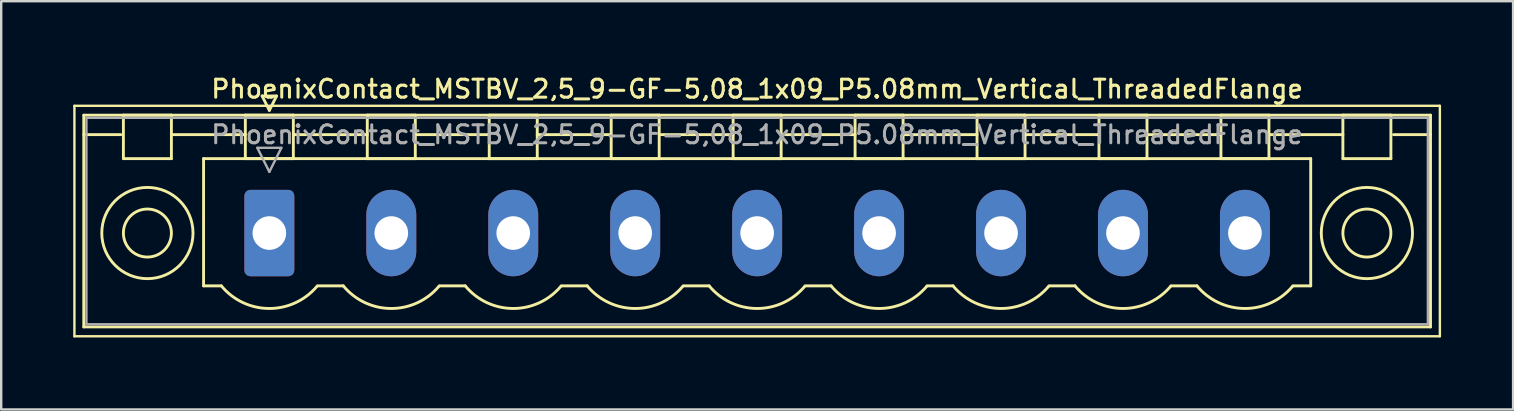
<source format=kicad_pcb>
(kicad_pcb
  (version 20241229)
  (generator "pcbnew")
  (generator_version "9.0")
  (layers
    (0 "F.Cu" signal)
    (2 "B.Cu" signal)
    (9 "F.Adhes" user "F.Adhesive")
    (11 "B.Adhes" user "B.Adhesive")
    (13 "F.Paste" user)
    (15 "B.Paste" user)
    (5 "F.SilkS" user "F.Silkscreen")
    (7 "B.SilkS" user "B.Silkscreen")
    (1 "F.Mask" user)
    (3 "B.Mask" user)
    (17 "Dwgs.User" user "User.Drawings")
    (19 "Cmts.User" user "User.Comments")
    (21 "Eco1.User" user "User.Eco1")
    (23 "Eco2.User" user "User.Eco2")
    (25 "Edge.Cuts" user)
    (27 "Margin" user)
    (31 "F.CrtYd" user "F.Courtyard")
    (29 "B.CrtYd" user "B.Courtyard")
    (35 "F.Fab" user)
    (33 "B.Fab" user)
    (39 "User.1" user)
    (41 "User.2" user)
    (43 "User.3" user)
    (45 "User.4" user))
  (footprint "PhoenixContact_MSTBV_2,5_9-GF-5,08_1x09_P5.08mm_Vertical_ThreadedFlange"
    (layer "F.Cu")
    (at 8.17 6.658)
    (property "Reference" "PhoenixContact_MSTBV_2,5_9-GF-5,08_1x09_P5.08mm_Vertical_ThreadedFlange" (at 20.32 -6 0) (layer "F.SilkS") (effects (font (size 0.75 0.75) (thickness 0.125))))
    (attr through_hole)
    (fp_line (start -8.12 -5.3) (end -8.12 4.3) (stroke (width 0.1) (type solid)) (layer "F.SilkS"))
    (fp_line (start -8.12 4.3) (end 48.76 4.3) (stroke (width 0.1) (type solid)) (layer "F.SilkS"))
    (fp_line (start -7.73 -4.91) (end -7.73 3.91) (stroke (width 0.12) (type solid)) (layer "F.SilkS"))
    (fp_line (start -7.73 -4.1) (end -6.19 -4.1) (stroke (width 0.12) (type solid)) (layer "F.SilkS"))
    (fp_line (start -7.73 3.91) (end 48.37 3.91) (stroke (width 0.12) (type solid)) (layer "F.SilkS"))
    (fp_line (start -6.08 -4.91) (end -4.08 -4.91) (stroke (width 0.12) (type solid)) (layer "F.SilkS"))
    (fp_line (start -6.08 -3.1) (end -6.08 -4.91) (stroke (width 0.12) (type solid)) (layer "F.SilkS"))
    (fp_line (start -4.08 -4.91) (end -4.08 -3.1) (stroke (width 0.12) (type solid)) (layer "F.SilkS"))
    (fp_line (start -4.08 -4.1) (end -1 -4.1) (stroke (width 0.12) (type solid)) (layer "F.SilkS"))
    (fp_line (start -4.08 -3.1) (end -6.08 -3.1) (stroke (width 0.12) (type solid)) (layer "F.SilkS"))
    (fp_line (start -2.74 -3.1) (end 43.38 -3.1) (stroke (width 0.12) (type solid)) (layer "F.SilkS"))
    (fp_line (start -2.74 2.2) (end -2.74 -3.1) (stroke (width 0.12) (type solid)) (layer "F.SilkS"))
    (fp_line (start -2 2.2) (end -2.74 2.2) (stroke (width 0.12) (type solid)) (layer "F.SilkS"))
    (fp_line (start -1 -4.91) (end 1 -4.91) (stroke (width 0.12) (type solid)) (layer "F.SilkS"))
    (fp_line (start -1 -3.1) (end -1 -4.91) (stroke (width 0.12) (type solid)) (layer "F.SilkS"))
    (fp_line (start -0.3 -5.71) (end 0.3 -5.71) (stroke (width 0.12) (type solid)) (layer "F.SilkS"))
    (fp_line (start 0 -5.11) (end -0.3 -5.71) (stroke (width 0.12) (type solid)) (layer "F.SilkS"))
    (fp_line (start 0.3 -5.71) (end 0 -5.11) (stroke (width 0.12) (type solid)) (layer "F.SilkS"))
    (fp_line (start 1 -4.91) (end 1 -3.1) (stroke (width 0.12) (type solid)) (layer "F.SilkS"))
    (fp_line (start 1 -4.1) (end 4.08 -4.1) (stroke (width 0.12) (type solid)) (layer "F.SilkS"))
    (fp_line (start 1 -3.1) (end -1 -3.1) (stroke (width 0.12) (type solid)) (layer "F.SilkS"))
    (fp_line (start 2 2.2) (end 3.08 2.2) (stroke (width 0.12) (type solid)) (layer "F.SilkS"))
    (fp_line (start 4.08 -4.91) (end 6.08 -4.91) (stroke (width 0.12) (type solid)) (layer "F.SilkS"))
    (fp_line (start 4.08 -3.1) (end 4.08 -4.91) (stroke (width 0.12) (type solid)) (layer "F.SilkS"))
    (fp_line (start 6.08 -4.91) (end 6.08 -3.1) (stroke (width 0.12) (type solid)) (layer "F.SilkS"))
    (fp_line (start 6.08 -4.1) (end 9.16 -4.1) (stroke (width 0.12) (type solid)) (layer "F.SilkS"))
    (fp_line (start 6.08 -3.1) (end 4.08 -3.1) (stroke (width 0.12) (type solid)) (layer "F.SilkS"))
    (fp_line (start 7.08 2.2) (end 8.16 2.2) (stroke (width 0.12) (type solid)) (layer "F.SilkS"))
    (fp_line (start 9.16 -4.91) (end 11.16 -4.91) (stroke (width 0.12) (type solid)) (layer "F.SilkS"))
    (fp_line (start 9.16 -3.1) (end 9.16 -4.91) (stroke (width 0.12) (type solid)) (layer "F.SilkS"))
    (fp_line (start 11.16 -4.91) (end 11.16 -3.1) (stroke (width 0.12) (type solid)) (layer "F.SilkS"))
    (fp_line (start 11.16 -4.1) (end 14.24 -4.1) (stroke (width 0.12) (type solid)) (layer "F.SilkS"))
    (fp_line (start 11.16 -3.1) (end 9.16 -3.1) (stroke (width 0.12) (type solid)) (layer "F.SilkS"))
    (fp_line (start 12.16 2.2) (end 13.24 2.2) (stroke (width 0.12) (type solid)) (layer "F.SilkS"))
    (fp_line (start 14.24 -4.91) (end 16.24 -4.91) (stroke (width 0.12) (type solid)) (layer "F.SilkS"))
    (fp_line (start 14.24 -3.1) (end 14.24 -4.91) (stroke (width 0.12) (type solid)) (layer "F.SilkS"))
    (fp_line (start 16.24 -4.91) (end 16.24 -3.1) (stroke (width 0.12) (type solid)) (layer "F.SilkS"))
    (fp_line (start 16.24 -4.1) (end 19.32 -4.1) (stroke (width 0.12) (type solid)) (layer "F.SilkS"))
    (fp_line (start 16.24 -3.1) (end 14.24 -3.1) (stroke (width 0.12) (type solid)) (layer "F.SilkS"))
    (fp_line (start 17.24 2.2) (end 18.32 2.2) (stroke (width 0.12) (type solid)) (layer "F.SilkS"))
    (fp_line (start 19.32 -4.91) (end 21.32 -4.91) (stroke (width 0.12) (type solid)) (layer "F.SilkS"))
    (fp_line (start 19.32 -3.1) (end 19.32 -4.91) (stroke (width 0.12) (type solid)) (layer "F.SilkS"))
    (fp_line (start 21.32 -4.91) (end 21.32 -3.1) (stroke (width 0.12) (type solid)) (layer "F.SilkS"))
    (fp_line (start 21.32 -4.1) (end 24.4 -4.1) (stroke (width 0.12) (type solid)) (layer "F.SilkS"))
    (fp_line (start 21.32 -3.1) (end 19.32 -3.1) (stroke (width 0.12) (type solid)) (layer "F.SilkS"))
    (fp_line (start 22.32 2.2) (end 23.4 2.2) (stroke (width 0.12) (type solid)) (layer "F.SilkS"))
    (fp_line (start 24.4 -4.91) (end 26.4 -4.91) (stroke (width 0.12) (type solid)) (layer "F.SilkS"))
    (fp_line (start 24.4 -3.1) (end 24.4 -4.91) (stroke (width 0.12) (type solid)) (layer "F.SilkS"))
    (fp_line (start 26.4 -4.91) (end 26.4 -3.1) (stroke (width 0.12) (type solid)) (layer "F.SilkS"))
    (fp_line (start 26.4 -4.1) (end 29.48 -4.1) (stroke (width 0.12) (type solid)) (layer "F.SilkS"))
    (fp_line (start 26.4 -3.1) (end 24.4 -3.1) (stroke (width 0.12) (type solid)) (layer "F.SilkS"))
    (fp_line (start 27.4 2.2) (end 28.48 2.2) (stroke (width 0.12) (type solid)) (layer "F.SilkS"))
    (fp_line (start 29.48 -4.91) (end 31.48 -4.91) (stroke (width 0.12) (type solid)) (layer "F.SilkS"))
    (fp_line (start 29.48 -3.1) (end 29.48 -4.91) (stroke (width 0.12) (type solid)) (layer "F.SilkS"))
    (fp_line (start 31.48 -4.91) (end 31.48 -3.1) (stroke (width 0.12) (type solid)) (layer "F.SilkS"))
    (fp_line (start 31.48 -4.1) (end 34.56 -4.1) (stroke (width 0.12) (type solid)) (layer "F.SilkS"))
    (fp_line (start 31.48 -3.1) (end 29.48 -3.1) (stroke (width 0.12) (type solid)) (layer "F.SilkS"))
    (fp_line (start 32.48 2.2) (end 33.56 2.2) (stroke (width 0.12) (type solid)) (layer "F.SilkS"))
    (fp_line (start 34.56 -4.91) (end 36.56 -4.91) (stroke (width 0.12) (type solid)) (layer "F.SilkS"))
    (fp_line (start 34.56 -3.1) (end 34.56 -4.91) (stroke (width 0.12) (type solid)) (layer "F.SilkS"))
    (fp_line (start 36.56 -4.91) (end 36.56 -3.1) (stroke (width 0.12) (type solid)) (layer "F.SilkS"))
    (fp_line (start 36.56 -4.1) (end 39.64 -4.1) (stroke (width 0.12) (type solid)) (layer "F.SilkS"))
    (fp_line (start 36.56 -3.1) (end 34.56 -3.1) (stroke (width 0.12) (type solid)) (layer "F.SilkS"))
    (fp_line (start 37.56 2.2) (end 38.64 2.2) (stroke (width 0.12) (type solid)) (layer "F.SilkS"))
    (fp_line (start 39.64 -4.91) (end 41.64 -4.91) (stroke (width 0.12) (type solid)) (layer "F.SilkS"))
    (fp_line (start 39.64 -3.1) (end 39.64 -4.91) (stroke (width 0.12) (type solid)) (layer "F.SilkS"))
    (fp_line (start 41.64 -4.91) (end 41.64 -3.1) (stroke (width 0.12) (type solid)) (layer "F.SilkS"))
    (fp_line (start 41.64 -4.1) (end 44.72 -4.1) (stroke (width 0.12) (type solid)) (layer "F.SilkS"))
    (fp_line (start 41.64 -3.1) (end 39.64 -3.1) (stroke (width 0.12) (type solid)) (layer "F.SilkS"))
    (fp_line (start 43.38 -3.1) (end 43.38 2.2) (stroke (width 0.12) (type solid)) (layer "F.SilkS"))
    (fp_line (start 43.38 2.2) (end 42.64 2.2) (stroke (width 0.12) (type solid)) (layer "F.SilkS"))
    (fp_line (start 44.72 -4.91) (end 46.72 -4.91) (stroke (width 0.12) (type solid)) (layer "F.SilkS"))
    (fp_line (start 44.72 -3.1) (end 44.72 -4.91) (stroke (width 0.12) (type solid)) (layer "F.SilkS"))
    (fp_line (start 46.72 -4.91) (end 46.72 -3.1) (stroke (width 0.12) (type solid)) (layer "F.SilkS"))
    (fp_line (start 46.72 -3.1) (end 44.72 -3.1) (stroke (width 0.12) (type solid)) (layer "F.SilkS"))
    (fp_line (start 48.37 -4.91) (end -7.73 -4.91) (stroke (width 0.12) (type solid)) (layer "F.SilkS"))
    (fp_line (start 48.37 -4.1) (end 46.83 -4.1) (stroke (width 0.12) (type solid)) (layer "F.SilkS"))
    (fp_line (start 48.37 3.91) (end 48.37 -4.91) (stroke (width 0.12) (type solid)) (layer "F.SilkS"))
    (fp_line (start 48.76 -5.3) (end -8.12 -5.3) (stroke (width 0.1) (type solid)) (layer "F.SilkS"))
    (fp_line (start 48.76 4.3) (end 48.76 -5.3) (stroke (width 0.1) (type solid)) (layer "F.SilkS"))
    (fp_arc (start 1.986842 2.215821) (mid -0.010289 3.142758) (end -2 2.2) (stroke (width 0.12) (type solid)) (layer "F.SilkS"))
    (fp_arc (start 7.066842 2.215821) (mid 5.069711 3.142758) (end 3.08 2.2) (stroke (width 0.12) (type solid)) (layer "F.SilkS"))
    (fp_arc (start 12.146842 2.215821) (mid 10.149711 3.142758) (end 8.16 2.2) (stroke (width 0.12) (type solid)) (layer "F.SilkS"))
    (fp_arc (start 17.226842 2.215821) (mid 15.229711 3.142758) (end 13.24 2.2) (stroke (width 0.12) (type solid)) (layer "F.SilkS"))
    (fp_arc (start 22.306842 2.215821) (mid 20.309711 3.142758) (end 18.32 2.2) (stroke (width 0.12) (type solid)) (layer "F.SilkS"))
    (fp_arc (start 27.386842 2.215821) (mid 25.389711 3.142758) (end 23.4 2.2) (stroke (width 0.12) (type solid)) (layer "F.SilkS"))
    (fp_arc (start 32.466842 2.215821) (mid 30.469711 3.142758) (end 28.48 2.2) (stroke (width 0.12) (type solid)) (layer "F.SilkS"))
    (fp_arc (start 37.546842 2.215821) (mid 35.549711 3.142758) (end 33.56 2.2) (stroke (width 0.12) (type solid)) (layer "F.SilkS"))
    (fp_arc (start 42.626842 2.215821) (mid 40.629711 3.142758) (end 38.64 2.2) (stroke (width 0.12) (type solid)) (layer "F.SilkS"))
    (fp_circle (center -5.08 0) (end -4.08 0) (stroke (width 0.12) (type solid)) (fill no) (layer "F.SilkS"))
    (fp_circle (center -5.08 0) (end -3.18 0) (stroke (width 0.12) (type solid)) (fill no) (layer "F.SilkS"))
    (fp_circle (center 45.72 0) (end 46.72 0) (stroke (width 0.12) (type solid)) (fill no) (layer "F.SilkS"))
    (fp_circle (center 45.72 0) (end 47.62 0) (stroke (width 0.12) (type solid)) (fill no) (layer "F.SilkS"))
    (fp_line (start -7.62 -4.8) (end -7.62 3.8) (stroke (width 0.1) (type solid)) (layer "F.Fab"))
    (fp_line (start -7.62 3.8) (end 48.26 3.8) (stroke (width 0.1) (type solid)) (layer "F.Fab"))
    (fp_line (start -0.5 -3.55) (end 0.5 -3.55) (stroke (width 0.1) (type solid)) (layer "F.Fab"))
    (fp_line (start 0 -2.55) (end -0.5 -3.55) (stroke (width 0.1) (type solid)) (layer "F.Fab"))
    (fp_line (start 0.5 -3.55) (end 0 -2.55) (stroke (width 0.1) (type solid)) (layer "F.Fab"))
    (fp_line (start 48.26 -4.8) (end -7.62 -4.8) (stroke (width 0.1) (type solid)) (layer "F.Fab"))
    (fp_line (start 48.26 3.8) (end 48.26 -4.8) (stroke (width 0.1) (type solid)) (layer "F.Fab"))
    (fp_text user "${REFERENCE}" (at 20.32 -4.1 0) (layer "F.Fab") (effects (font (size 0.75 0.75) (thickness 0.125))))
    (pad "1" thru_hole roundrect (at 0 0) (size 2.08 3.6) (drill 1.4) (layers "*.Cu" "*.Mask") (roundrect_rratio 0.12))
    (pad "2" thru_hole oval (at 5.08 0) (size 2.08 3.6) (drill 1.4) (layers "*.Cu" "*.Mask"))
    (pad "3" thru_hole oval (at 10.16 0) (size 2.08 3.6) (drill 1.4) (layers "*.Cu" "*.Mask"))
    (pad "4" thru_hole oval (at 15.24 0) (size 2.08 3.6) (drill 1.4) (layers "*.Cu" "*.Mask"))
    (pad "5" thru_hole oval (at 20.32 0) (size 2.08 3.6) (drill 1.4) (layers "*.Cu" "*.Mask"))
    (pad "6" thru_hole oval (at 25.4 0) (size 2.08 3.6) (drill 1.4) (layers "*.Cu" "*.Mask"))
    (pad "7" thru_hole oval (at 30.48 0) (size 2.08 3.6) (drill 1.4) (layers "*.Cu" "*.Mask"))
    (pad "8" thru_hole oval (at 35.56 0) (size 2.08 3.6) (drill 1.4) (layers "*.Cu" "*.Mask"))
    (pad "9" thru_hole oval (at 40.64 0) (size 2.08 3.6) (drill 1.4) (layers "*.Cu" "*.Mask")))
  (gr_rect
    (start -3 -3)
    (end 59.98 14.008)
    (stroke (width 0.1) (type default))
    (fill no)
    (layer "Edge.Cuts")))
</source>
